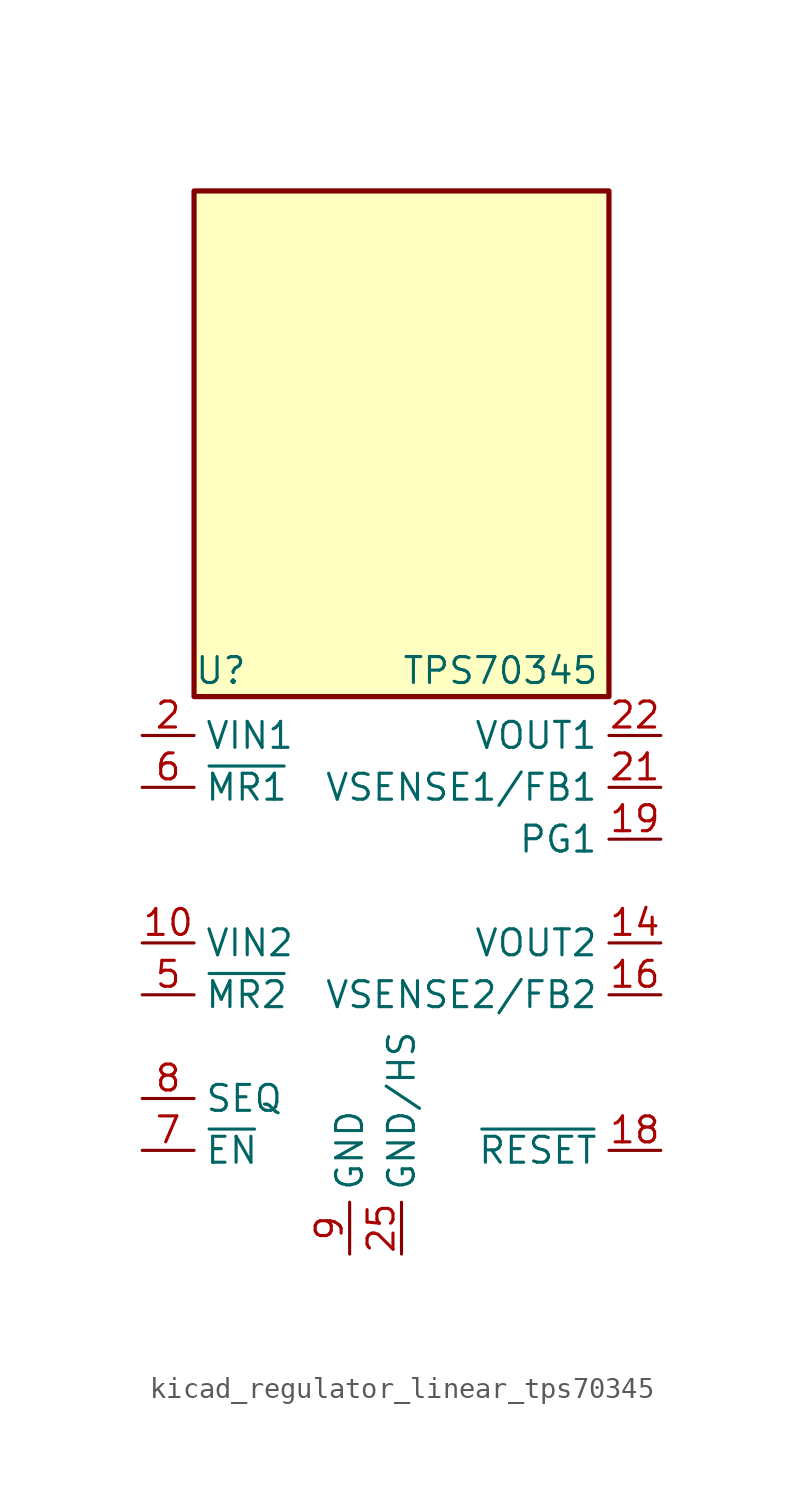
<source format=kicad_sym>
(kicad_symbol_lib
  (version 20220914)
  (generator kicad_symbol_editor)
  (symbol "kicad_regulator_linear_tps70345"
    (property "Reference" "U"
      (at -10.16 13.335 0)
      (effects (font (size 1.27 1.27)) (justify left)))
    (property "Value" "TPS70345"
      (at 0 13.335 0)
      (effects (font (size 1.27 1.27)) (justify left)))
    (symbol "kicad_regulator_linear_tps70345_0_1"
      (rectangle (start 10.16 36.83) (end -10.16 12.065) (stroke (width 0.254) (type default)) (fill (type background))))
    (symbol "kicad_regulator_linear_tps70345_1_1"
      (pin passive line (at 0 -15.24 90) (length 2.54) hide (name "GND/HS" (effects (font (size 1.27 1.27)))) (number "1" (effects (font (size 1.27 1.27)))))
      (pin power_in line (at -12.7 0 0) (length 2.54) (name "VIN2" (effects (font (size 1.27 1.27)))) (number "10" (effects (font (size 1.27 1.27)))))
      (pin passive line (at -12.7 0 0) (length 2.54) hide (name "VIN2" (effects (font (size 1.27 1.27)))) (number "11" (effects (font (size 1.27 1.27)))))
      (pin passive line (at 0 -15.24 90) (length 2.54) hide (name "GND/HS" (effects (font (size 1.27 1.27)))) (number "12" (effects (font (size 1.27 1.27)))))
      (pin passive line (at 0 -15.24 90) (length 2.54) hide (name "GND/HS" (effects (font (size 1.27 1.27)))) (number "13" (effects (font (size 1.27 1.27)))))
      (pin power_out line (at 12.7 0 180) (length 2.54) (name "VOUT2" (effects (font (size 1.27 1.27)))) (number "14" (effects (font (size 1.27 1.27)))))
      (pin passive line (at 12.7 0 180) (length 2.54) hide (name "VOUT2" (effects (font (size 1.27 1.27)))) (number "15" (effects (font (size 1.27 1.27)))))
      (pin input line (at 12.7 -2.54 180) (length 2.54) (name "VSENSE2/FB2" (effects (font (size 1.27 1.27)))) (number "16" (effects (font (size 1.27 1.27)))))
      (pin no_connect line (at -10.16 2.54 0) (length 2.54) hide (name "NC" (effects (font (size 1.27 1.27)))) (number "17" (effects (font (size 1.27 1.27)))))
      (pin open_collector line (at 12.7 -10.16 180) (length 2.54) (name "~{RESET}" (effects (font (size 1.27 1.27)))) (number "18" (effects (font (size 1.27 1.27)))))
      (pin open_collector line (at 12.7 5.08 180) (length 2.54) (name "PG1" (effects (font (size 1.27 1.27)))) (number "19" (effects (font (size 1.27 1.27)))))
      (pin power_in line (at -12.7 10.16 0) (length 2.54) (name "VIN1" (effects (font (size 1.27 1.27)))) (number "2" (effects (font (size 1.27 1.27)))))
      (pin no_connect line (at -10.16 -5.08 0) (length 2.54) hide (name "NC" (effects (font (size 1.27 1.27)))) (number "20" (effects (font (size 1.27 1.27)))))
      (pin input line (at 12.7 7.62 180) (length 2.54) (name "VSENSE1/FB1" (effects (font (size 1.27 1.27)))) (number "21" (effects (font (size 1.27 1.27)))))
      (pin power_out line (at 12.7 10.16 180) (length 2.54) (name "VOUT1" (effects (font (size 1.27 1.27)))) (number "22" (effects (font (size 1.27 1.27)))))
      (pin passive line (at 12.7 10.16 180) (length 2.54) hide (name "VOUT1" (effects (font (size 1.27 1.27)))) (number "23" (effects (font (size 1.27 1.27)))))
      (pin passive line (at 0 -15.24 90) (length 2.54) hide (name "GND/HS" (effects (font (size 1.27 1.27)))) (number "24" (effects (font (size 1.27 1.27)))))
      (pin power_in line (at 0 -15.24 90) (length 2.54) (name "GND/HS" (effects (font (size 1.27 1.27)))) (number "25" (effects (font (size 1.27 1.27)))))
      (pin passive line (at -12.7 10.16 0) (length 2.54) hide (name "VIN1" (effects (font (size 1.27 1.27)))) (number "3" (effects (font (size 1.27 1.27)))))
      (pin no_connect line (at -10.16 5.08 0) (length 2.54) hide (name "NC" (effects (font (size 1.27 1.27)))) (number "4" (effects (font (size 1.27 1.27)))))
      (pin input line (at -12.7 -2.54 0) (length 2.54) (name "~{MR2}" (effects (font (size 1.27 1.27)))) (number "5" (effects (font (size 1.27 1.27)))))
      (pin input line (at -12.7 7.62 0) (length 2.54) (name "~{MR1}" (effects (font (size 1.27 1.27)))) (number "6" (effects (font (size 1.27 1.27)))))
      (pin input line (at -12.7 -10.16 0) (length 2.54) (name "~{EN}" (effects (font (size 1.27 1.27)))) (number "7" (effects (font (size 1.27 1.27)))))
      (pin input line (at -12.7 -7.62 0) (length 2.54) (name "SEQ" (effects (font (size 1.27 1.27)))) (number "8" (effects (font (size 1.27 1.27)))))
      (pin power_in line (at -2.54 -15.24 90) (length 2.54) (name "GND" (effects (font (size 1.27 1.27)))) (number "9" (effects (font (size 1.27 1.27))))))))
</source>
